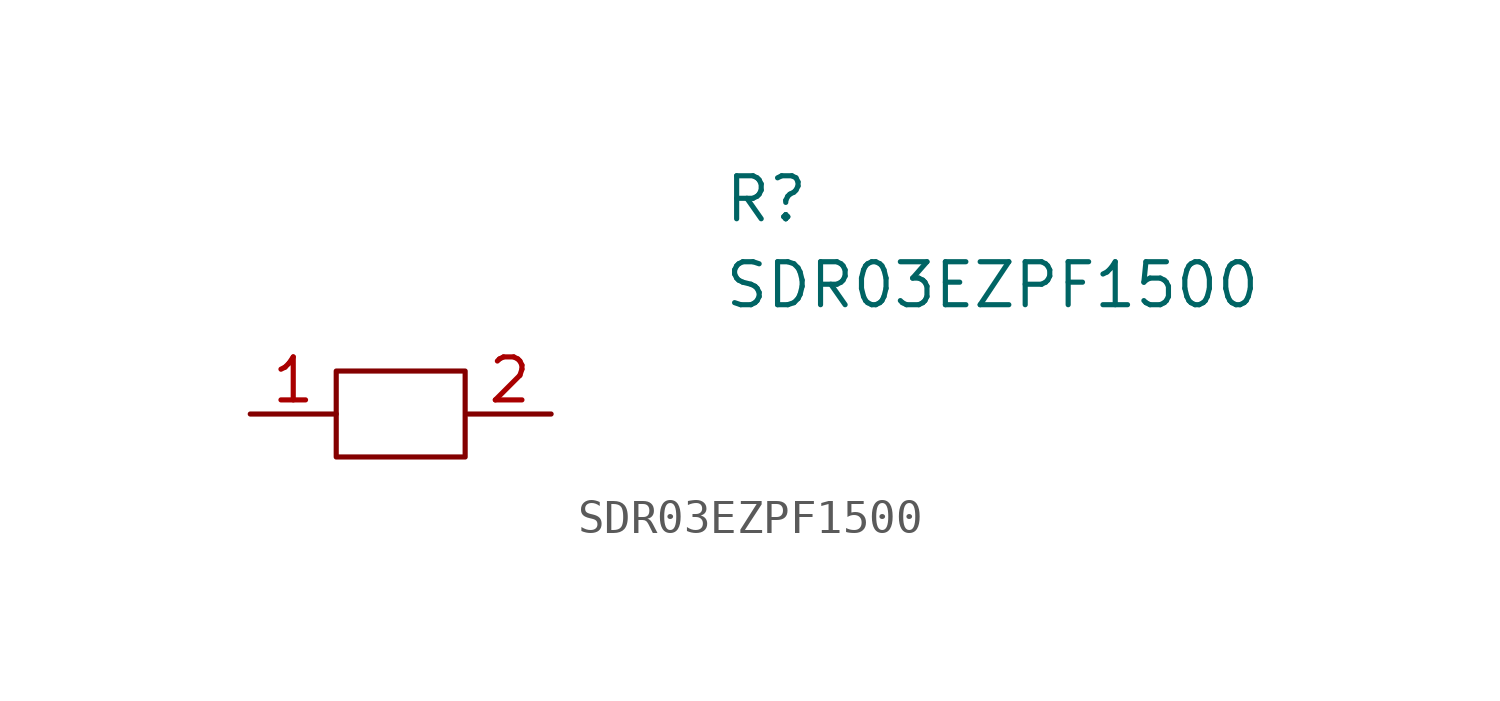
<source format=kicad_sym>
(kicad_symbol_lib
  (version 20211014)
  (generator kicad_symbol_editor)
  (symbol "SDR03EZPF1500"
    (pin_names
      (offset 0.762))
    (property "Reference" "R"
      (at 13.97 6.35 0)
      (effects (font (size 1.27 1.27)) (justify left)))
    (property "Value" "SDR03EZPF1500"
      (at 13.97 3.81 0)
      (effects (font (size 1.27 1.27)) (justify left)))
    (symbol "SDR03EZPF1500_0_0"
      (pin passive line (at 0 0 0) (length 2.54) (name "~" (effects (font (size 1.27 1.27)))) (number "1" (effects (font (size 1.27 1.27)))))
      (pin passive line (at 8.89 0 180) (length 2.45) (name "~" (effects (font (size 1.27 1.27)))) (number "2" (effects (font (size 1.27 1.27))))))
    (symbol "SDR03EZPF1500_0_1"
      (polyline (pts (xy 2.54 1.27) (xy 6.35 1.27) (xy 6.35 -1.27) (xy 2.54 -1.27) (xy 2.54 1.27)) (stroke (width 0.152) (type default) (color 0 0 0 0)) (fill (type none))))))
</source>
